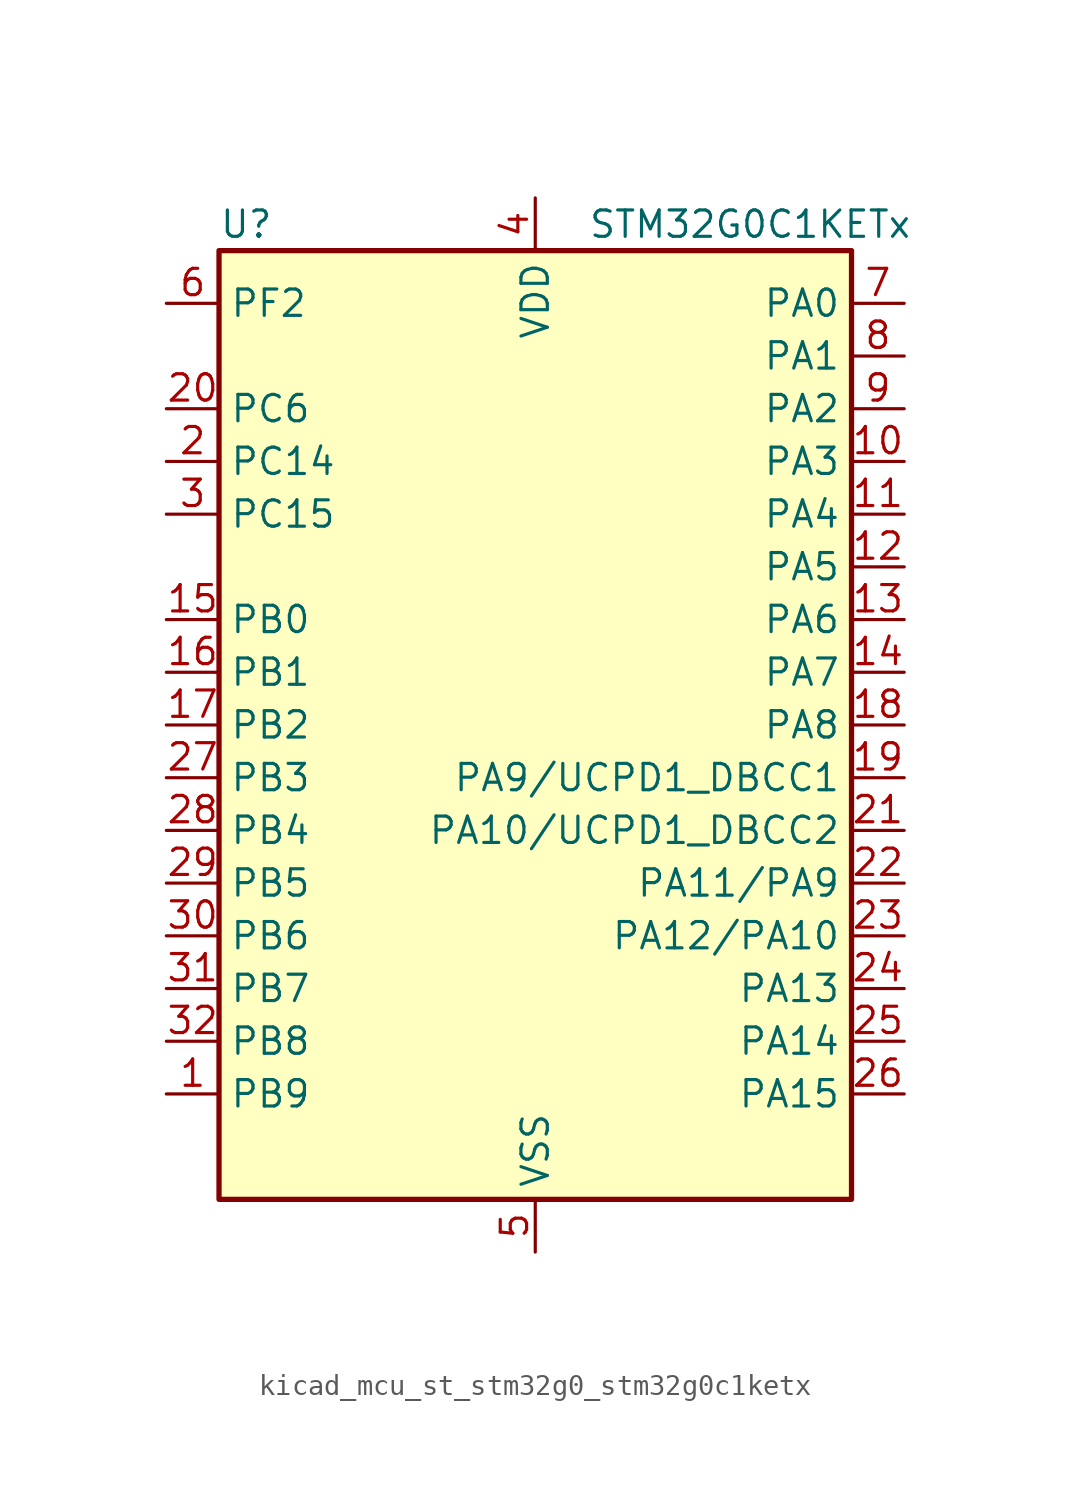
<source format=kicad_sym>
(kicad_symbol_lib
  (version 20220914)
  (generator kicad_symbol_editor)
  (symbol "kicad_mcu_st_stm32g0_stm32g0c1ketx"
    (property "Reference" "U"
      (at -15.24 24.13 0)
      (effects (font (size 1.27 1.27)) (justify left)))
    (property "Value" "STM32G0C1KETx"
      (at 2.54 24.13 0)
      (effects (font (size 1.27 1.27)) (justify left)))
    (property "ki_locked" ""
      (at 0 0 0)
      (effects (font (size 1.27 1.27))))
    (symbol "kicad_mcu_st_stm32g0_stm32g0c1ketx_0_1"
      (rectangle (start -15.24 -22.86) (end 15.24 22.86) (stroke (width 0.254) (type default)) (fill (type background))))
    (symbol "kicad_mcu_st_stm32g0_stm32g0c1ketx_1_1"
      (pin bidirectional line (at -17.78 -17.78 0) (length 2.54) (name "PB9" (effects (font (size 1.27 1.27)))) (number "1" (effects (font (size 1.27 1.27)))) (alternate "DAC1_EXTI9" bidirectional line) (alternate "FDCAN1_TX" bidirectional line) (alternate "I2C1_SDA" bidirectional line) (alternate "I2S2_WS" bidirectional line) (alternate "IR_OUT" bidirectional line) (alternate "SPI2_NSS" bidirectional line) (alternate "TIM17_CH1" bidirectional line) (alternate "TIM4_CH4" bidirectional line) (alternate "USART3_RX" bidirectional line) (alternate "USART6_RX" bidirectional line))
      (pin bidirectional line (at 17.78 12.7 180) (length 2.54) (name "PA3" (effects (font (size 1.27 1.27)))) (number "10" (effects (font (size 1.27 1.27)))) (alternate "ADC1_IN3" bidirectional line) (alternate "COMP2_INP" bidirectional line) (alternate "I2S2_MCK" bidirectional line) (alternate "LPUART1_RX" bidirectional line) (alternate "SPI2_MISO" bidirectional line) (alternate "TIM15_CH2" bidirectional line) (alternate "TIM2_CH4" bidirectional line) (alternate "USART2_RX" bidirectional line))
      (pin bidirectional line (at 17.78 10.16 180) (length 2.54) (name "PA4" (effects (font (size 1.27 1.27)))) (number "11" (effects (font (size 1.27 1.27)))) (alternate "ADC1_IN4" bidirectional line) (alternate "DAC1_OUT1" bidirectional line) (alternate "I2S1_WS" bidirectional line) (alternate "I2S2_SD" bidirectional line) (alternate "LPTIM2_OUT" bidirectional line) (alternate "RTC_OUT1" bidirectional line) (alternate "RTC_TAMP_IN1" bidirectional line) (alternate "RTC_TS" bidirectional line) (alternate "SPI1_NSS" bidirectional line) (alternate "SPI2_MOSI" bidirectional line) (alternate "SPI3_NSS" bidirectional line) (alternate "SYS_WKUP2" bidirectional line) (alternate "TIM14_CH1" bidirectional line) (alternate "USART6_TX" bidirectional line) (alternate "USB_NOE" bidirectional line))
      (pin bidirectional line (at 17.78 7.62 180) (length 2.54) (name "PA5" (effects (font (size 1.27 1.27)))) (number "12" (effects (font (size 1.27 1.27)))) (alternate "ADC1_IN5" bidirectional line) (alternate "CEC" bidirectional line) (alternate "DAC1_OUT2" bidirectional line) (alternate "I2S1_CK" bidirectional line) (alternate "LPTIM2_ETR" bidirectional line) (alternate "SPI1_SCK" bidirectional line) (alternate "TIM2_CH1" bidirectional line) (alternate "TIM2_ETR" bidirectional line) (alternate "UCPD1_FRSTX1" bidirectional line) (alternate "UCPD1_FRSTX2" bidirectional line) (alternate "USART3_TX" bidirectional line) (alternate "USART6_RX" bidirectional line))
      (pin bidirectional line (at 17.78 5.08 180) (length 2.54) (name "PA6" (effects (font (size 1.27 1.27)))) (number "13" (effects (font (size 1.27 1.27)))) (alternate "ADC1_IN6" bidirectional line) (alternate "COMP1_OUT" bidirectional line) (alternate "I2C2_SDA" bidirectional line) (alternate "I2C3_SDA" bidirectional line) (alternate "I2S1_MCK" bidirectional line) (alternate "LPUART1_CTS" bidirectional line) (alternate "SPI1_MISO" bidirectional line) (alternate "TIM16_CH1" bidirectional line) (alternate "TIM1_BK" bidirectional line) (alternate "TIM3_CH1" bidirectional line) (alternate "USART3_CTS" bidirectional line) (alternate "USART3_NSS" bidirectional line) (alternate "USART6_CTS" bidirectional line) (alternate "USART6_NSS" bidirectional line))
      (pin bidirectional line (at 17.78 2.54 180) (length 2.54) (name "PA7" (effects (font (size 1.27 1.27)))) (number "14" (effects (font (size 1.27 1.27)))) (alternate "ADC1_IN7" bidirectional line) (alternate "COMP2_OUT" bidirectional line) (alternate "I2C2_SCL" bidirectional line) (alternate "I2C3_SCL" bidirectional line) (alternate "I2S1_SD" bidirectional line) (alternate "SPI1_MOSI" bidirectional line) (alternate "TIM14_CH1" bidirectional line) (alternate "TIM17_CH1" bidirectional line) (alternate "TIM1_CH1N" bidirectional line) (alternate "TIM3_CH2" bidirectional line) (alternate "UCPD1_FRSTX1" bidirectional line) (alternate "UCPD1_FRSTX2" bidirectional line) (alternate "USART6_CK" bidirectional line) (alternate "USART6_DE" bidirectional line) (alternate "USART6_RTS" bidirectional line))
      (pin bidirectional line (at -17.78 5.08 0) (length 2.54) (name "PB0" (effects (font (size 1.27 1.27)))) (number "15" (effects (font (size 1.27 1.27)))) (alternate "ADC1_IN8" bidirectional line) (alternate "COMP1_OUT" bidirectional line) (alternate "COMP3_INP" bidirectional line) (alternate "FDCAN2_RX" bidirectional line) (alternate "I2S1_WS" bidirectional line) (alternate "LPTIM1_OUT" bidirectional line) (alternate "LPUART2_CTS" bidirectional line) (alternate "SPI1_NSS" bidirectional line) (alternate "TIM1_CH2N" bidirectional line) (alternate "TIM3_CH3" bidirectional line) (alternate "UCPD1_FRSTX1" bidirectional line) (alternate "UCPD1_FRSTX2" bidirectional line) (alternate "USART3_RX" bidirectional line) (alternate "USART5_TX" bidirectional line))
      (pin bidirectional line (at -17.78 2.54 0) (length 2.54) (name "PB1" (effects (font (size 1.27 1.27)))) (number "16" (effects (font (size 1.27 1.27)))) (alternate "ADC1_IN9" bidirectional line) (alternate "COMP1_INM" bidirectional line) (alternate "COMP3_OUT" bidirectional line) (alternate "FDCAN2_TX" bidirectional line) (alternate "LPTIM2_IN1" bidirectional line) (alternate "LPUART1_DE" bidirectional line) (alternate "LPUART1_RTS" bidirectional line) (alternate "LPUART2_DE" bidirectional line) (alternate "LPUART2_RTS" bidirectional line) (alternate "TIM14_CH1" bidirectional line) (alternate "TIM1_CH3N" bidirectional line) (alternate "TIM3_CH4" bidirectional line) (alternate "USART3_CK" bidirectional line) (alternate "USART3_DE" bidirectional line) (alternate "USART3_RTS" bidirectional line) (alternate "USART5_RX" bidirectional line))
      (pin bidirectional line (at -17.78 0 0) (length 2.54) (name "PB2" (effects (font (size 1.27 1.27)))) (number "17" (effects (font (size 1.27 1.27)))) (alternate "ADC1_IN10" bidirectional line) (alternate "COMP1_INP" bidirectional line) (alternate "COMP3_INM" bidirectional line) (alternate "I2S2_MCK" bidirectional line) (alternate "LPTIM1_OUT" bidirectional line) (alternate "RCC_MCO_2" bidirectional line) (alternate "SPI2_MISO" bidirectional line) (alternate "USART3_TX" bidirectional line))
      (pin bidirectional line (at 17.78 0 180) (length 2.54) (name "PA8" (effects (font (size 1.27 1.27)))) (number "18" (effects (font (size 1.27 1.27)))) (alternate "CRS1_SYNC" bidirectional line) (alternate "I2C2_SMBA" bidirectional line) (alternate "I2S2_WS" bidirectional line) (alternate "LPTIM2_OUT" bidirectional line) (alternate "RCC_MCO" bidirectional line) (alternate "SPI2_NSS" bidirectional line) (alternate "TIM1_CH1" bidirectional line) (alternate "UCPD1_CC1" bidirectional line))
      (pin bidirectional line (at 17.78 -2.54 180) (length 2.54) (name "PA9/UCPD1_DBCC1" (effects (font (size 1.27 1.27)))) (number "19" (effects (font (size 1.27 1.27)))) (alternate "DAC1_EXTI9" bidirectional line) (alternate "I2C1_SCL" bidirectional line) (alternate "I2C2_SCL" bidirectional line) (alternate "I2S2_MCK" bidirectional line) (alternate "RCC_MCO" bidirectional line) (alternate "SPI2_MISO" bidirectional line) (alternate "TIM15_BK" bidirectional line) (alternate "TIM1_CH2" bidirectional line) (alternate "UCPD1_DBCC1" bidirectional line) (alternate "USART1_TX" bidirectional line))
      (pin bidirectional line (at -17.78 12.7 0) (length 2.54) (name "PC14" (effects (font (size 1.27 1.27)))) (number "2" (effects (font (size 1.27 1.27)))) (alternate "RCC_OSC32_IN" bidirectional line) (alternate "RCC_OSC_IN" bidirectional line) (alternate "TIM1_BK2" bidirectional line))
      (pin bidirectional line (at -17.78 15.24 0) (length 2.54) (name "PC6" (effects (font (size 1.27 1.27)))) (number "20" (effects (font (size 1.27 1.27)))) (alternate "LPUART2_TX" bidirectional line) (alternate "TIM2_CH3" bidirectional line) (alternate "TIM3_CH1" bidirectional line) (alternate "UCPD1_FRSTX1" bidirectional line) (alternate "UCPD1_FRSTX2" bidirectional line))
      (pin bidirectional line (at 17.78 -5.08 180) (length 2.54) (name "PA10/UCPD1_DBCC2" (effects (font (size 1.27 1.27)))) (number "21" (effects (font (size 1.27 1.27)))) (alternate "I2C1_SDA" bidirectional line) (alternate "I2C2_SDA" bidirectional line) (alternate "I2S2_SD" bidirectional line) (alternate "RCC_MCO_2" bidirectional line) (alternate "SPI2_MOSI" bidirectional line) (alternate "TIM17_BK" bidirectional line) (alternate "TIM1_CH3" bidirectional line) (alternate "UCPD1_DBCC2" bidirectional line) (alternate "USART1_RX" bidirectional line))
      (pin bidirectional line (at 17.78 -7.62 180) (length 2.54) (name "PA11/PA9" (effects (font (size 1.27 1.27)))) (number "22" (effects (font (size 1.27 1.27)))) (alternate "ADC1_EXTI11" bidirectional line) (alternate "COMP1_OUT" bidirectional line) (alternate "FDCAN1_RX" bidirectional line) (alternate "I2C2_SCL" bidirectional line) (alternate "I2S1_MCK" bidirectional line) (alternate "SPI1_MISO" bidirectional line) (alternate "TIM1_BK2" bidirectional line) (alternate "TIM1_CH4" bidirectional line) (alternate "USART1_CTS" bidirectional line) (alternate "USART1_NSS" bidirectional line) (alternate "USB_DM" bidirectional line))
      (pin bidirectional line (at 17.78 -10.16 180) (length 2.54) (name "PA12/PA10" (effects (font (size 1.27 1.27)))) (number "23" (effects (font (size 1.27 1.27)))) (alternate "COMP2_OUT" bidirectional line) (alternate "FDCAN1_TX" bidirectional line) (alternate "I2C2_SDA" bidirectional line) (alternate "I2S1_SD" bidirectional line) (alternate "I2S_CKIN" bidirectional line) (alternate "SPI1_MOSI" bidirectional line) (alternate "TIM1_ETR" bidirectional line) (alternate "USART1_CK" bidirectional line) (alternate "USART1_DE" bidirectional line) (alternate "USART1_RTS" bidirectional line) (alternate "USB_DP" bidirectional line))
      (pin bidirectional line (at 17.78 -12.7 180) (length 2.54) (name "PA13" (effects (font (size 1.27 1.27)))) (number "24" (effects (font (size 1.27 1.27)))) (alternate "IR_OUT" bidirectional line) (alternate "LPUART2_RX" bidirectional line) (alternate "SYS_SWDIO" bidirectional line) (alternate "USB_NOE" bidirectional line))
      (pin bidirectional line (at 17.78 -15.24 180) (length 2.54) (name "PA14" (effects (font (size 1.27 1.27)))) (number "25" (effects (font (size 1.27 1.27)))) (alternate "LPUART2_TX" bidirectional line) (alternate "SYS_SWCLK" bidirectional line) (alternate "USART2_TX" bidirectional line))
      (pin bidirectional line (at 17.78 -17.78 180) (length 2.54) (name "PA15" (effects (font (size 1.27 1.27)))) (number "26" (effects (font (size 1.27 1.27)))) (alternate "I2C2_SMBA" bidirectional line) (alternate "I2S1_WS" bidirectional line) (alternate "RCC_MCO_2" bidirectional line) (alternate "SPI1_NSS" bidirectional line) (alternate "SPI3_NSS" bidirectional line) (alternate "TIM2_CH1" bidirectional line) (alternate "TIM2_ETR" bidirectional line) (alternate "USART2_RX" bidirectional line) (alternate "USART3_CK" bidirectional line) (alternate "USART3_DE" bidirectional line) (alternate "USART3_RTS" bidirectional line) (alternate "USART4_CK" bidirectional line) (alternate "USART4_DE" bidirectional line) (alternate "USART4_RTS" bidirectional line) (alternate "USB_NOE" bidirectional line))
      (pin bidirectional line (at -17.78 -2.54 0) (length 2.54) (name "PB3" (effects (font (size 1.27 1.27)))) (number "27" (effects (font (size 1.27 1.27)))) (alternate "COMP2_INM" bidirectional line) (alternate "I2C2_SCL" bidirectional line) (alternate "I2C3_SCL" bidirectional line) (alternate "I2S1_CK" bidirectional line) (alternate "SPI1_SCK" bidirectional line) (alternate "SPI3_SCK" bidirectional line) (alternate "TIM1_CH2" bidirectional line) (alternate "TIM2_CH2" bidirectional line) (alternate "USART1_CK" bidirectional line) (alternate "USART1_DE" bidirectional line) (alternate "USART1_RTS" bidirectional line) (alternate "USART5_TX" bidirectional line))
      (pin bidirectional line (at -17.78 -5.08 0) (length 2.54) (name "PB4" (effects (font (size 1.27 1.27)))) (number "28" (effects (font (size 1.27 1.27)))) (alternate "COMP2_INP" bidirectional line) (alternate "I2C2_SDA" bidirectional line) (alternate "I2C3_SDA" bidirectional line) (alternate "I2S1_MCK" bidirectional line) (alternate "SPI1_MISO" bidirectional line) (alternate "SPI3_MISO" bidirectional line) (alternate "TIM17_BK" bidirectional line) (alternate "TIM3_CH1" bidirectional line) (alternate "USART1_CTS" bidirectional line) (alternate "USART1_NSS" bidirectional line) (alternate "USART5_RX" bidirectional line))
      (pin bidirectional line (at -17.78 -7.62 0) (length 2.54) (name "PB5" (effects (font (size 1.27 1.27)))) (number "29" (effects (font (size 1.27 1.27)))) (alternate "COMP2_OUT" bidirectional line) (alternate "FDCAN2_RX" bidirectional line) (alternate "I2C1_SMBA" bidirectional line) (alternate "I2S1_SD" bidirectional line) (alternate "LPTIM1_IN1" bidirectional line) (alternate "SPI1_MOSI" bidirectional line) (alternate "SPI3_MOSI" bidirectional line) (alternate "SYS_WKUP6" bidirectional line) (alternate "TIM16_BK" bidirectional line) (alternate "TIM3_CH2" bidirectional line) (alternate "USART5_CK" bidirectional line) (alternate "USART5_DE" bidirectional line) (alternate "USART5_RTS" bidirectional line))
      (pin bidirectional line (at -17.78 10.16 0) (length 2.54) (name "PC15" (effects (font (size 1.27 1.27)))) (number "3" (effects (font (size 1.27 1.27)))) (alternate "RCC_OSC32_EN" bidirectional line) (alternate "RCC_OSC32_OUT" bidirectional line) (alternate "RCC_OSC_EN" bidirectional line) (alternate "TIM15_BK" bidirectional line))
      (pin bidirectional line (at -17.78 -10.16 0) (length 2.54) (name "PB6" (effects (font (size 1.27 1.27)))) (number "30" (effects (font (size 1.27 1.27)))) (alternate "COMP2_INP" bidirectional line) (alternate "FDCAN2_TX" bidirectional line) (alternate "I2C1_SCL" bidirectional line) (alternate "I2S2_MCK" bidirectional line) (alternate "LPTIM1_ETR" bidirectional line) (alternate "LPUART2_TX" bidirectional line) (alternate "SPI2_MISO" bidirectional line) (alternate "TIM16_CH1N" bidirectional line) (alternate "TIM1_CH3" bidirectional line) (alternate "TIM4_CH1" bidirectional line) (alternate "USART1_TX" bidirectional line) (alternate "USART5_CTS" bidirectional line) (alternate "USART5_NSS" bidirectional line))
      (pin bidirectional line (at -17.78 -12.7 0) (length 2.54) (name "PB7" (effects (font (size 1.27 1.27)))) (number "31" (effects (font (size 1.27 1.27)))) (alternate "COMP2_INM" bidirectional line) (alternate "I2C1_SDA" bidirectional line) (alternate "I2S2_SD" bidirectional line) (alternate "LPTIM1_IN2" bidirectional line) (alternate "LPUART2_RX" bidirectional line) (alternate "SPI2_MOSI" bidirectional line) (alternate "SYS_PVD_IN" bidirectional line) (alternate "TIM17_CH1N" bidirectional line) (alternate "TIM4_CH2" bidirectional line) (alternate "USART1_RX" bidirectional line) (alternate "USART4_CTS" bidirectional line) (alternate "USART4_NSS" bidirectional line))
      (pin bidirectional line (at -17.78 -15.24 0) (length 2.54) (name "PB8" (effects (font (size 1.27 1.27)))) (number "32" (effects (font (size 1.27 1.27)))) (alternate "CEC" bidirectional line) (alternate "FDCAN1_RX" bidirectional line) (alternate "I2C1_SCL" bidirectional line) (alternate "I2S2_CK" bidirectional line) (alternate "SPI2_SCK" bidirectional line) (alternate "TIM15_BK" bidirectional line) (alternate "TIM16_CH1" bidirectional line) (alternate "TIM4_CH3" bidirectional line) (alternate "USART3_TX" bidirectional line) (alternate "USART6_TX" bidirectional line))
      (pin power_in line (at 0 25.4 270) (length 2.54) (name "VDD" (effects (font (size 1.27 1.27)))) (number "4" (effects (font (size 1.27 1.27)))))
      (pin power_in line (at 0 -25.4 90) (length 2.54) (name "VSS" (effects (font (size 1.27 1.27)))) (number "5" (effects (font (size 1.27 1.27)))))
      (pin bidirectional line (at -17.78 20.32 0) (length 2.54) (name "PF2" (effects (font (size 1.27 1.27)))) (number "6" (effects (font (size 1.27 1.27)))) (alternate "LPUART2_DE" bidirectional line) (alternate "LPUART2_RTS" bidirectional line) (alternate "LPUART2_TX" bidirectional line) (alternate "RCC_MCO" bidirectional line))
      (pin bidirectional line (at 17.78 20.32 180) (length 2.54) (name "PA0" (effects (font (size 1.27 1.27)))) (number "7" (effects (font (size 1.27 1.27)))) (alternate "ADC1_IN0" bidirectional line) (alternate "COMP1_INM" bidirectional line) (alternate "COMP1_OUT" bidirectional line) (alternate "I2S2_CK" bidirectional line) (alternate "LPTIM1_OUT" bidirectional line) (alternate "RTC_TAMP_IN2" bidirectional line) (alternate "SPI2_SCK" bidirectional line) (alternate "SYS_WKUP1" bidirectional line) (alternate "TIM2_CH1" bidirectional line) (alternate "TIM2_ETR" bidirectional line) (alternate "USART2_CTS" bidirectional line) (alternate "USART2_NSS" bidirectional line) (alternate "USART4_TX" bidirectional line))
      (pin bidirectional line (at 17.78 17.78 180) (length 2.54) (name "PA1" (effects (font (size 1.27 1.27)))) (number "8" (effects (font (size 1.27 1.27)))) (alternate "ADC1_IN1" bidirectional line) (alternate "COMP1_INP" bidirectional line) (alternate "I2C1_SMBA" bidirectional line) (alternate "I2S1_CK" bidirectional line) (alternate "SPI1_SCK" bidirectional line) (alternate "TIM15_CH1N" bidirectional line) (alternate "TIM2_CH2" bidirectional line) (alternate "USART2_CK" bidirectional line) (alternate "USART2_DE" bidirectional line) (alternate "USART2_RTS" bidirectional line) (alternate "USART4_RX" bidirectional line))
      (pin bidirectional line (at 17.78 15.24 180) (length 2.54) (name "PA2" (effects (font (size 1.27 1.27)))) (number "9" (effects (font (size 1.27 1.27)))) (alternate "ADC1_IN2" bidirectional line) (alternate "COMP2_INM" bidirectional line) (alternate "COMP2_OUT" bidirectional line) (alternate "I2S1_SD" bidirectional line) (alternate "LPUART1_TX" bidirectional line) (alternate "RCC_LSCO" bidirectional line) (alternate "SPI1_MOSI" bidirectional line) (alternate "SYS_WKUP4" bidirectional line) (alternate "TIM15_CH1" bidirectional line) (alternate "TIM2_CH3" bidirectional line) (alternate "UCPD1_FRSTX1" bidirectional line) (alternate "UCPD1_FRSTX2" bidirectional line) (alternate "USART2_TX" bidirectional line)))))
</source>
